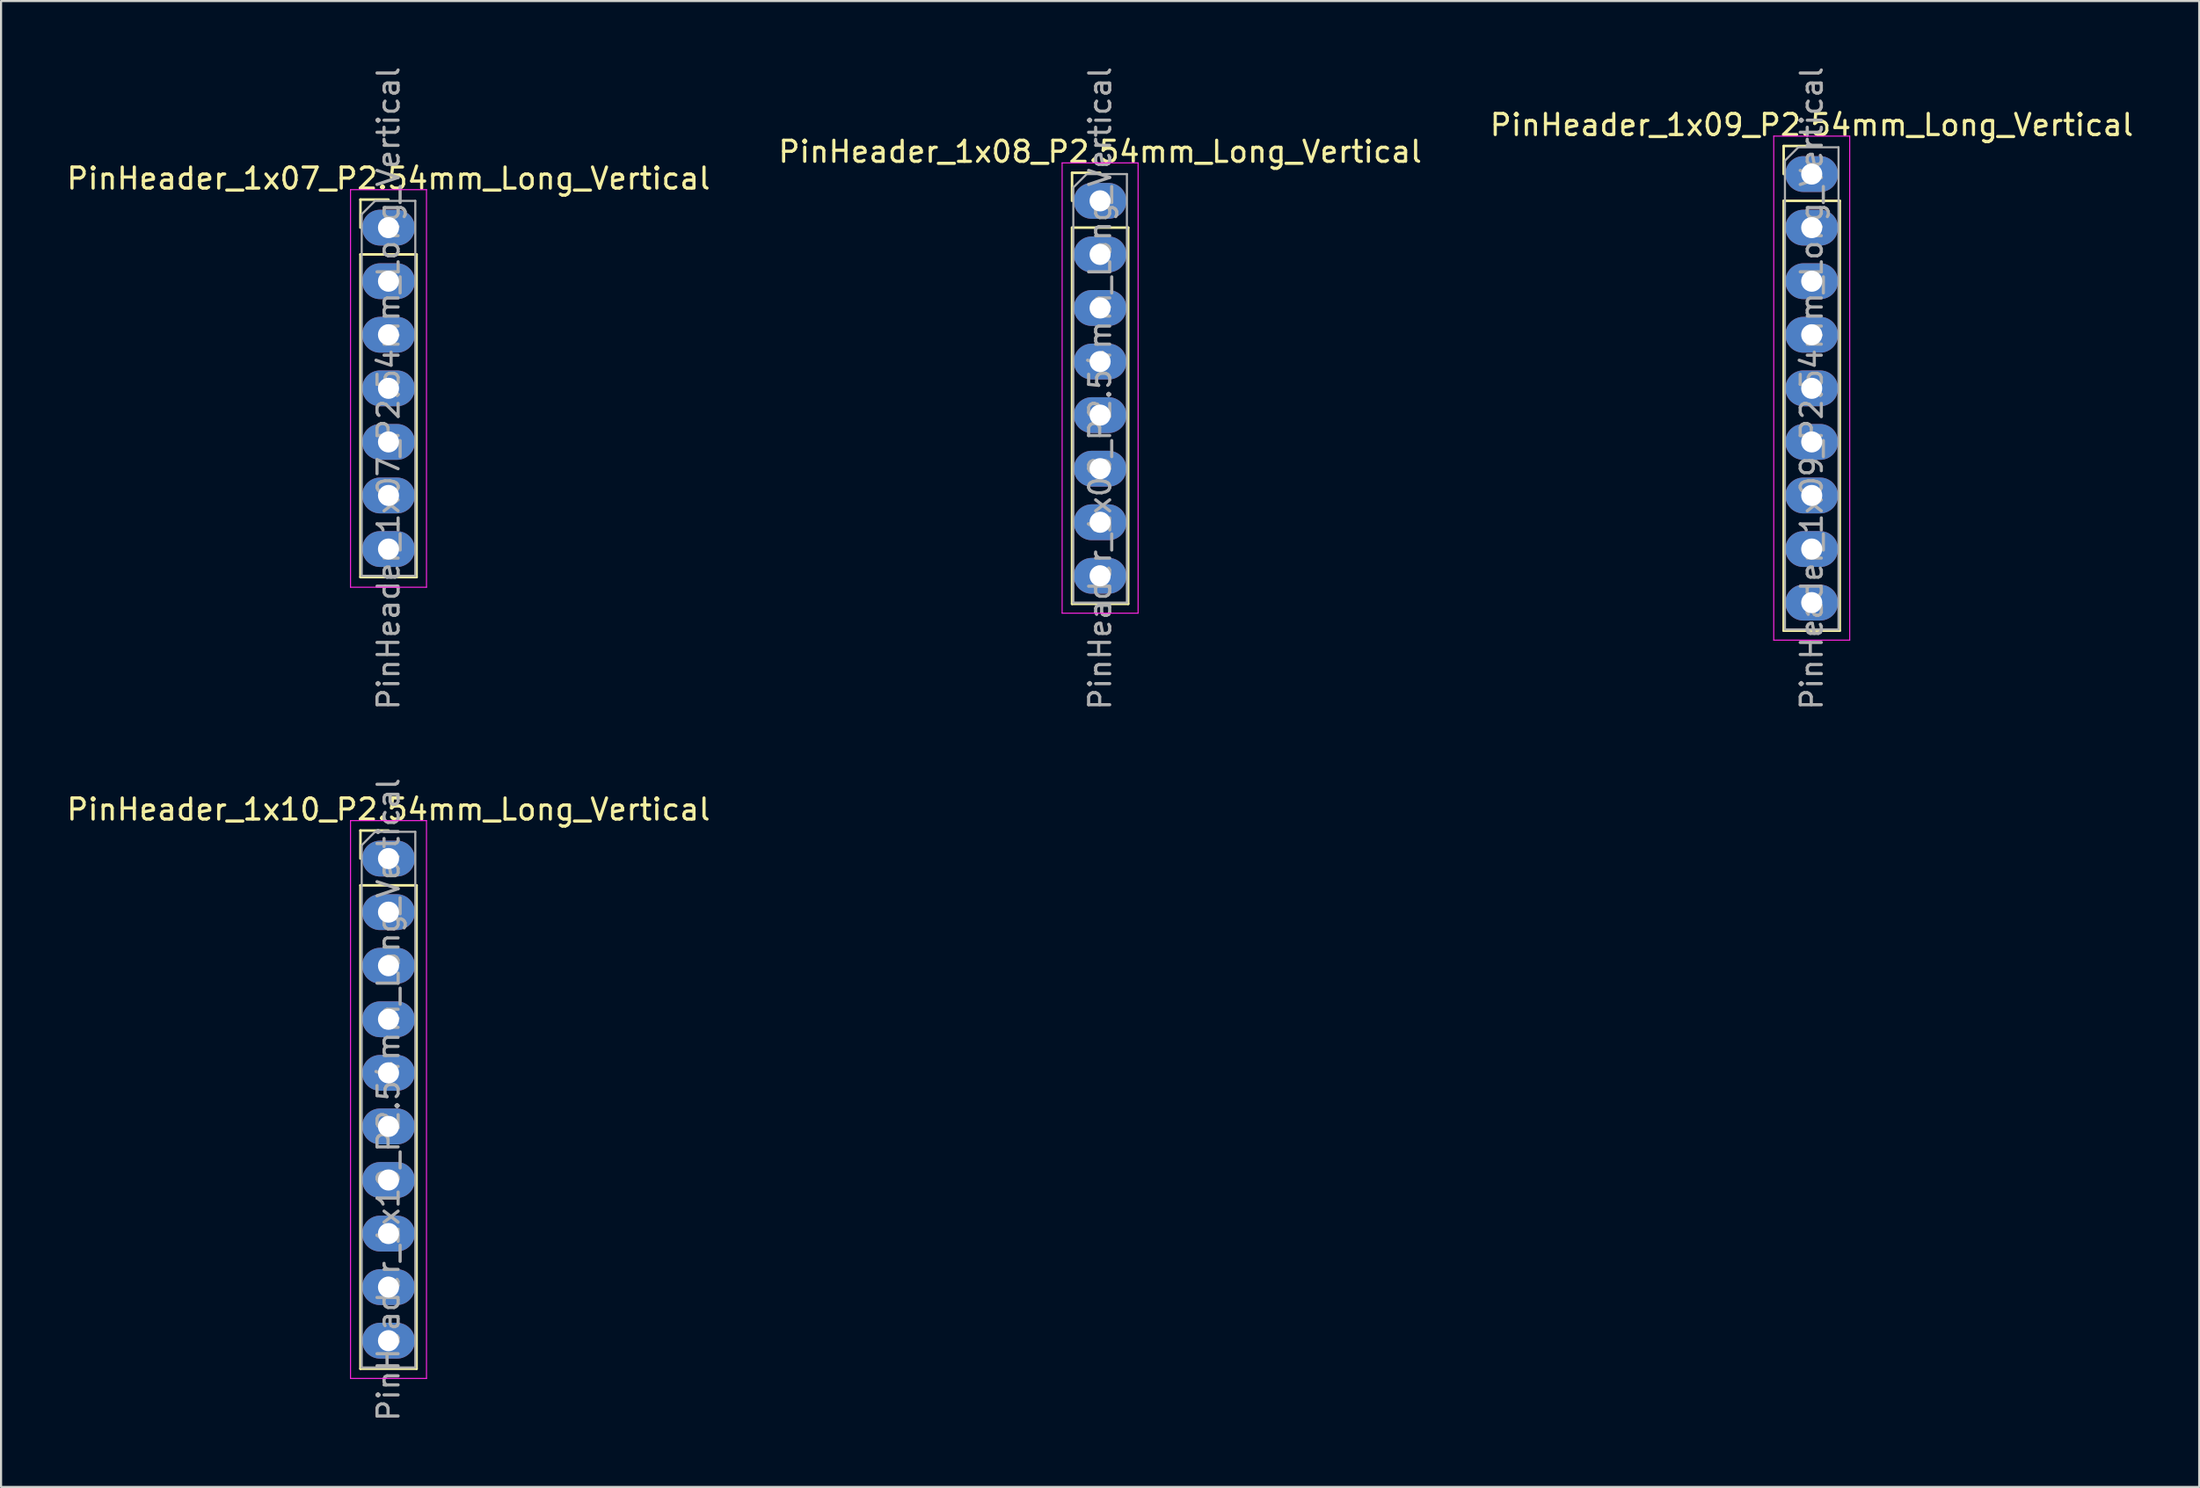
<source format=kicad_pcb>
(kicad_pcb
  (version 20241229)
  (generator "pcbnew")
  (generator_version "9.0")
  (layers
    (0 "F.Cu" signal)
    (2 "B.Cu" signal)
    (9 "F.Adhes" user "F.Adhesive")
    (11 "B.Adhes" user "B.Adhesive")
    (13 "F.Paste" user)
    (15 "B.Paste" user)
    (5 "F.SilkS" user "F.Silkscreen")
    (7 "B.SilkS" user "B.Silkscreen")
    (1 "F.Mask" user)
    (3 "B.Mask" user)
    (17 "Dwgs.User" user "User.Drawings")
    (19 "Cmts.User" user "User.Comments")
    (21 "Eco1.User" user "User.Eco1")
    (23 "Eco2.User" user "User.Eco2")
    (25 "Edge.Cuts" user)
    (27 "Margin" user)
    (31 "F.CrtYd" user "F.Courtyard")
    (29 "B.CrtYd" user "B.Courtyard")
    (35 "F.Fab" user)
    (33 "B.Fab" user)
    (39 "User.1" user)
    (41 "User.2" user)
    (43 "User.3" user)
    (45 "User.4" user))
  (footprint "PinHeader_1x08_P2.54mm_Long_Vertical"
    (layer "F.Cu")
    (at 49.089 6.473)
    (property "Reference" "PinHeader_1x08_P2.54mm_Long_Vertical" (at 0 -2.33 0) (layer "F.SilkS") (effects (font (size 1 1) (thickness 0.15))))
    (attr through_hole)
    (fp_line (start -1.33 -1.33) (end 0 -1.33) (stroke (width 0.12) (type solid)) (layer "F.SilkS"))
    (fp_line (start -1.33 0) (end -1.33 -1.33) (stroke (width 0.12) (type solid)) (layer "F.SilkS"))
    (fp_line (start -1.33 1.27) (end -1.33 19.11) (stroke (width 0.12) (type solid)) (layer "F.SilkS"))
    (fp_line (start -1.33 1.27) (end 1.33 1.27) (stroke (width 0.12) (type solid)) (layer "F.SilkS"))
    (fp_line (start -1.33 19.11) (end 1.33 19.11) (stroke (width 0.12) (type solid)) (layer "F.SilkS"))
    (fp_line (start 1.33 1.27) (end 1.33 19.11) (stroke (width 0.12) (type solid)) (layer "F.SilkS"))
    (fp_line (start -1.8 -1.8) (end -1.8 19.55) (stroke (width 0.05) (type solid)) (layer "F.CrtYd"))
    (fp_line (start -1.8 19.55) (end 1.8 19.55) (stroke (width 0.05) (type solid)) (layer "F.CrtYd"))
    (fp_line (start 1.8 -1.8) (end -1.8 -1.8) (stroke (width 0.05) (type solid)) (layer "F.CrtYd"))
    (fp_line (start 1.8 19.55) (end 1.8 -1.8) (stroke (width 0.05) (type solid)) (layer "F.CrtYd"))
    (fp_line (start -1.27 -0.635) (end -0.635 -1.27) (stroke (width 0.1) (type solid)) (layer "F.Fab"))
    (fp_line (start -1.27 19.05) (end -1.27 -0.635) (stroke (width 0.1) (type solid)) (layer "F.Fab"))
    (fp_line (start -0.635 -1.27) (end 1.27 -1.27) (stroke (width 0.1) (type solid)) (layer "F.Fab"))
    (fp_line (start 1.27 -1.27) (end 1.27 19.05) (stroke (width 0.1) (type solid)) (layer "F.Fab"))
    (fp_line (start 1.27 19.05) (end -1.27 19.05) (stroke (width 0.1) (type solid)) (layer "F.Fab"))
    (fp_text user "${REFERENCE}" (at 0 8.89 90) (layer "F.Fab") (effects (font (size 1 1) (thickness 0.15))))
    (pad "1" thru_hole oval (at 0 0) (size 2.5 1.7) (drill 1) (layers "*.Cu" "*.Mask"))
    (pad "2" thru_hole oval (at 0 2.54) (size 2.5 1.7) (drill 1) (layers "*.Cu" "*.Mask"))
    (pad "3" thru_hole oval (at 0 5.08) (size 2.5 1.7) (drill 1) (layers "*.Cu" "*.Mask"))
    (pad "4" thru_hole oval (at 0 7.62) (size 2.5 1.7) (drill 1) (layers "*.Cu" "*.Mask"))
    (pad "5" thru_hole oval (at 0 10.16) (size 2.5 1.7) (drill 1) (layers "*.Cu" "*.Mask"))
    (pad "6" thru_hole oval (at 0 12.7) (size 2.5 1.7) (drill 1) (layers "*.Cu" "*.Mask"))
    (pad "7" thru_hole oval (at 0 15.24) (size 2.5 1.7) (drill 1) (layers "*.Cu" "*.Mask"))
    (pad "8" thru_hole oval (at 0 17.78) (size 2.5 1.7) (drill 1) (layers "*.Cu" "*.Mask")))
  (footprint "PinHeader_1x07_P2.54mm_Long_Vertical"
    (layer "F.Cu")
    (at 15.363 7.743)
    (property "Reference" "PinHeader_1x07_P2.54mm_Long_Vertical" (at 0 -2.33 0) (layer "F.SilkS") (effects (font (size 1 1) (thickness 0.15))))
    (attr through_hole)
    (fp_line (start -1.33 -1.33) (end 0 -1.33) (stroke (width 0.12) (type solid)) (layer "F.SilkS"))
    (fp_line (start -1.33 0) (end -1.33 -1.33) (stroke (width 0.12) (type solid)) (layer "F.SilkS"))
    (fp_line (start -1.33 1.27) (end -1.33 16.57) (stroke (width 0.12) (type solid)) (layer "F.SilkS"))
    (fp_line (start -1.33 1.27) (end 1.33 1.27) (stroke (width 0.12) (type solid)) (layer "F.SilkS"))
    (fp_line (start -1.33 16.57) (end 1.33 16.57) (stroke (width 0.12) (type solid)) (layer "F.SilkS"))
    (fp_line (start 1.33 1.27) (end 1.33 16.57) (stroke (width 0.12) (type solid)) (layer "F.SilkS"))
    (fp_line (start -1.8 -1.8) (end -1.8 17.05) (stroke (width 0.05) (type solid)) (layer "F.CrtYd"))
    (fp_line (start -1.8 17.05) (end 1.8 17.05) (stroke (width 0.05) (type solid)) (layer "F.CrtYd"))
    (fp_line (start 1.8 -1.8) (end -1.8 -1.8) (stroke (width 0.05) (type solid)) (layer "F.CrtYd"))
    (fp_line (start 1.8 17.05) (end 1.8 -1.8) (stroke (width 0.05) (type solid)) (layer "F.CrtYd"))
    (fp_line (start -1.27 -0.635) (end -0.635 -1.27) (stroke (width 0.1) (type solid)) (layer "F.Fab"))
    (fp_line (start -1.27 16.51) (end -1.27 -0.635) (stroke (width 0.1) (type solid)) (layer "F.Fab"))
    (fp_line (start -0.635 -1.27) (end 1.27 -1.27) (stroke (width 0.1) (type solid)) (layer "F.Fab"))
    (fp_line (start 1.27 -1.27) (end 1.27 16.51) (stroke (width 0.1) (type solid)) (layer "F.Fab"))
    (fp_line (start 1.27 16.51) (end -1.27 16.51) (stroke (width 0.1) (type solid)) (layer "F.Fab"))
    (fp_text user "${REFERENCE}" (at 0 7.62 90) (layer "F.Fab") (effects (font (size 1 1) (thickness 0.15))))
    (pad "1" thru_hole oval (at 0 0) (size 2.5 1.7) (drill 1) (layers "*.Cu" "*.Mask"))
    (pad "2" thru_hole oval (at 0 2.54) (size 2.5 1.7) (drill 1) (layers "*.Cu" "*.Mask"))
    (pad "3" thru_hole oval (at 0 5.08) (size 2.5 1.7) (drill 1) (layers "*.Cu" "*.Mask"))
    (pad "4" thru_hole oval (at 0 7.62) (size 2.5 1.7) (drill 1) (layers "*.Cu" "*.Mask"))
    (pad "5" thru_hole oval (at 0 10.16) (size 2.5 1.7) (drill 1) (layers "*.Cu" "*.Mask"))
    (pad "6" thru_hole oval (at 0 12.7) (size 2.5 1.7) (drill 1) (layers "*.Cu" "*.Mask"))
    (pad "7" thru_hole oval (at 0 15.24) (size 2.5 1.7) (drill 1) (layers "*.Cu" "*.Mask")))
  (footprint "PinHeader_1x10_P2.54mm_Long_Vertical"
    (layer "F.Cu")
    (at 15.363 37.659)
    (property "Reference" "PinHeader_1x10_P2.54mm_Long_Vertical" (at 0 -2.33 0) (layer "F.SilkS") (effects (font (size 1 1) (thickness 0.15))))
    (attr through_hole)
    (fp_line (start -1.33 -1.33) (end 0 -1.33) (stroke (width 0.12) (type solid)) (layer "F.SilkS"))
    (fp_line (start -1.33 0) (end -1.33 -1.33) (stroke (width 0.12) (type solid)) (layer "F.SilkS"))
    (fp_line (start -1.33 1.27) (end -1.33 24.19) (stroke (width 0.12) (type solid)) (layer "F.SilkS"))
    (fp_line (start -1.33 1.27) (end 1.33 1.27) (stroke (width 0.12) (type solid)) (layer "F.SilkS"))
    (fp_line (start -1.33 24.19) (end 1.33 24.19) (stroke (width 0.12) (type solid)) (layer "F.SilkS"))
    (fp_line (start 1.33 1.27) (end 1.33 24.19) (stroke (width 0.12) (type solid)) (layer "F.SilkS"))
    (fp_line (start -1.8 -1.8) (end -1.8 24.65) (stroke (width 0.05) (type solid)) (layer "F.CrtYd"))
    (fp_line (start -1.8 24.65) (end 1.8 24.65) (stroke (width 0.05) (type solid)) (layer "F.CrtYd"))
    (fp_line (start 1.8 -1.8) (end -1.8 -1.8) (stroke (width 0.05) (type solid)) (layer "F.CrtYd"))
    (fp_line (start 1.8 24.65) (end 1.8 -1.8) (stroke (width 0.05) (type solid)) (layer "F.CrtYd"))
    (fp_line (start -1.27 -0.635) (end -0.635 -1.27) (stroke (width 0.1) (type solid)) (layer "F.Fab"))
    (fp_line (start -1.27 24.13) (end -1.27 -0.635) (stroke (width 0.1) (type solid)) (layer "F.Fab"))
    (fp_line (start -0.635 -1.27) (end 1.27 -1.27) (stroke (width 0.1) (type solid)) (layer "F.Fab"))
    (fp_line (start 1.27 -1.27) (end 1.27 24.13) (stroke (width 0.1) (type solid)) (layer "F.Fab"))
    (fp_line (start 1.27 24.13) (end -1.27 24.13) (stroke (width 0.1) (type solid)) (layer "F.Fab"))
    (fp_text user "${REFERENCE}" (at 0 11.43 90) (layer "F.Fab") (effects (font (size 1 1) (thickness 0.15))))
    (pad "1" thru_hole oval (at 0 0) (size 2.5 1.7) (drill 1) (layers "*.Cu" "*.Mask"))
    (pad "2" thru_hole oval (at 0 2.54) (size 2.5 1.7) (drill 1) (layers "*.Cu" "*.Mask"))
    (pad "3" thru_hole oval (at 0 5.08) (size 2.5 1.7) (drill 1) (layers "*.Cu" "*.Mask"))
    (pad "4" thru_hole oval (at 0 7.62) (size 2.5 1.7) (drill 1) (layers "*.Cu" "*.Mask"))
    (pad "5" thru_hole oval (at 0 10.16) (size 2.5 1.7) (drill 1) (layers "*.Cu" "*.Mask"))
    (pad "6" thru_hole oval (at 0 12.7) (size 2.5 1.7) (drill 1) (layers "*.Cu" "*.Mask"))
    (pad "7" thru_hole oval (at 0 15.24) (size 2.5 1.7) (drill 1) (layers "*.Cu" "*.Mask"))
    (pad "8" thru_hole oval (at 0 17.78) (size 2.5 1.7) (drill 1) (layers "*.Cu" "*.Mask"))
    (pad "9" thru_hole oval (at 0 20.32) (size 2.5 1.7) (drill 1) (layers "*.Cu" "*.Mask"))
    (pad "10" thru_hole oval (at 0 22.86) (size 2.5 1.7) (drill 1) (layers "*.Cu" "*.Mask")))
  (footprint "PinHeader_1x09_P2.54mm_Long_Vertical"
    (layer "F.Cu")
    (at 82.815 5.203)
    (property "Reference" "PinHeader_1x09_P2.54mm_Long_Vertical" (at 0 -2.33 0) (layer "F.SilkS") (effects (font (size 1 1) (thickness 0.15))))
    (attr through_hole)
    (fp_line (start -1.33 -1.33) (end 0 -1.33) (stroke (width 0.12) (type solid)) (layer "F.SilkS"))
    (fp_line (start -1.33 0) (end -1.33 -1.33) (stroke (width 0.12) (type solid)) (layer "F.SilkS"))
    (fp_line (start -1.33 1.27) (end -1.33 21.65) (stroke (width 0.12) (type solid)) (layer "F.SilkS"))
    (fp_line (start -1.33 1.27) (end 1.33 1.27) (stroke (width 0.12) (type solid)) (layer "F.SilkS"))
    (fp_line (start -1.33 21.65) (end 1.33 21.65) (stroke (width 0.12) (type solid)) (layer "F.SilkS"))
    (fp_line (start 1.33 1.27) (end 1.33 21.65) (stroke (width 0.12) (type solid)) (layer "F.SilkS"))
    (fp_line (start -1.8 -1.8) (end -1.8 22.1) (stroke (width 0.05) (type solid)) (layer "F.CrtYd"))
    (fp_line (start -1.8 22.1) (end 1.8 22.1) (stroke (width 0.05) (type solid)) (layer "F.CrtYd"))
    (fp_line (start 1.8 -1.8) (end -1.8 -1.8) (stroke (width 0.05) (type solid)) (layer "F.CrtYd"))
    (fp_line (start 1.8 22.1) (end 1.8 -1.8) (stroke (width 0.05) (type solid)) (layer "F.CrtYd"))
    (fp_line (start -1.27 -0.635) (end -0.635 -1.27) (stroke (width 0.1) (type solid)) (layer "F.Fab"))
    (fp_line (start -1.27 21.59) (end -1.27 -0.635) (stroke (width 0.1) (type solid)) (layer "F.Fab"))
    (fp_line (start -0.635 -1.27) (end 1.27 -1.27) (stroke (width 0.1) (type solid)) (layer "F.Fab"))
    (fp_line (start 1.27 -1.27) (end 1.27 21.59) (stroke (width 0.1) (type solid)) (layer "F.Fab"))
    (fp_line (start 1.27 21.59) (end -1.27 21.59) (stroke (width 0.1) (type solid)) (layer "F.Fab"))
    (fp_text user "${REFERENCE}" (at 0 10.16 90) (layer "F.Fab") (effects (font (size 1 1) (thickness 0.15))))
    (pad "1" thru_hole oval (at 0 0) (size 2.5 1.7) (drill 1) (layers "*.Cu" "*.Mask"))
    (pad "2" thru_hole oval (at 0 2.54) (size 2.5 1.7) (drill 1) (layers "*.Cu" "*.Mask"))
    (pad "3" thru_hole oval (at 0 5.08) (size 2.5 1.7) (drill 1) (layers "*.Cu" "*.Mask"))
    (pad "4" thru_hole oval (at 0 7.62) (size 2.5 1.7) (drill 1) (layers "*.Cu" "*.Mask"))
    (pad "5" thru_hole oval (at 0 10.16) (size 2.5 1.7) (drill 1) (layers "*.Cu" "*.Mask"))
    (pad "6" thru_hole oval (at 0 12.7) (size 2.5 1.7) (drill 1) (layers "*.Cu" "*.Mask"))
    (pad "7" thru_hole oval (at 0 15.24) (size 2.5 1.7) (drill 1) (layers "*.Cu" "*.Mask"))
    (pad "8" thru_hole oval (at 0 17.78) (size 2.5 1.7) (drill 1) (layers "*.Cu" "*.Mask"))
    (pad "9" thru_hole oval (at 0 20.32) (size 2.5 1.7) (drill 1) (layers "*.Cu" "*.Mask")))
  (gr_rect
    (start -3 -3)
    (end 101.179 67.452)
    (stroke (width 0.1) (type default))
    (fill no)
    (layer "Edge.Cuts")))
</source>
